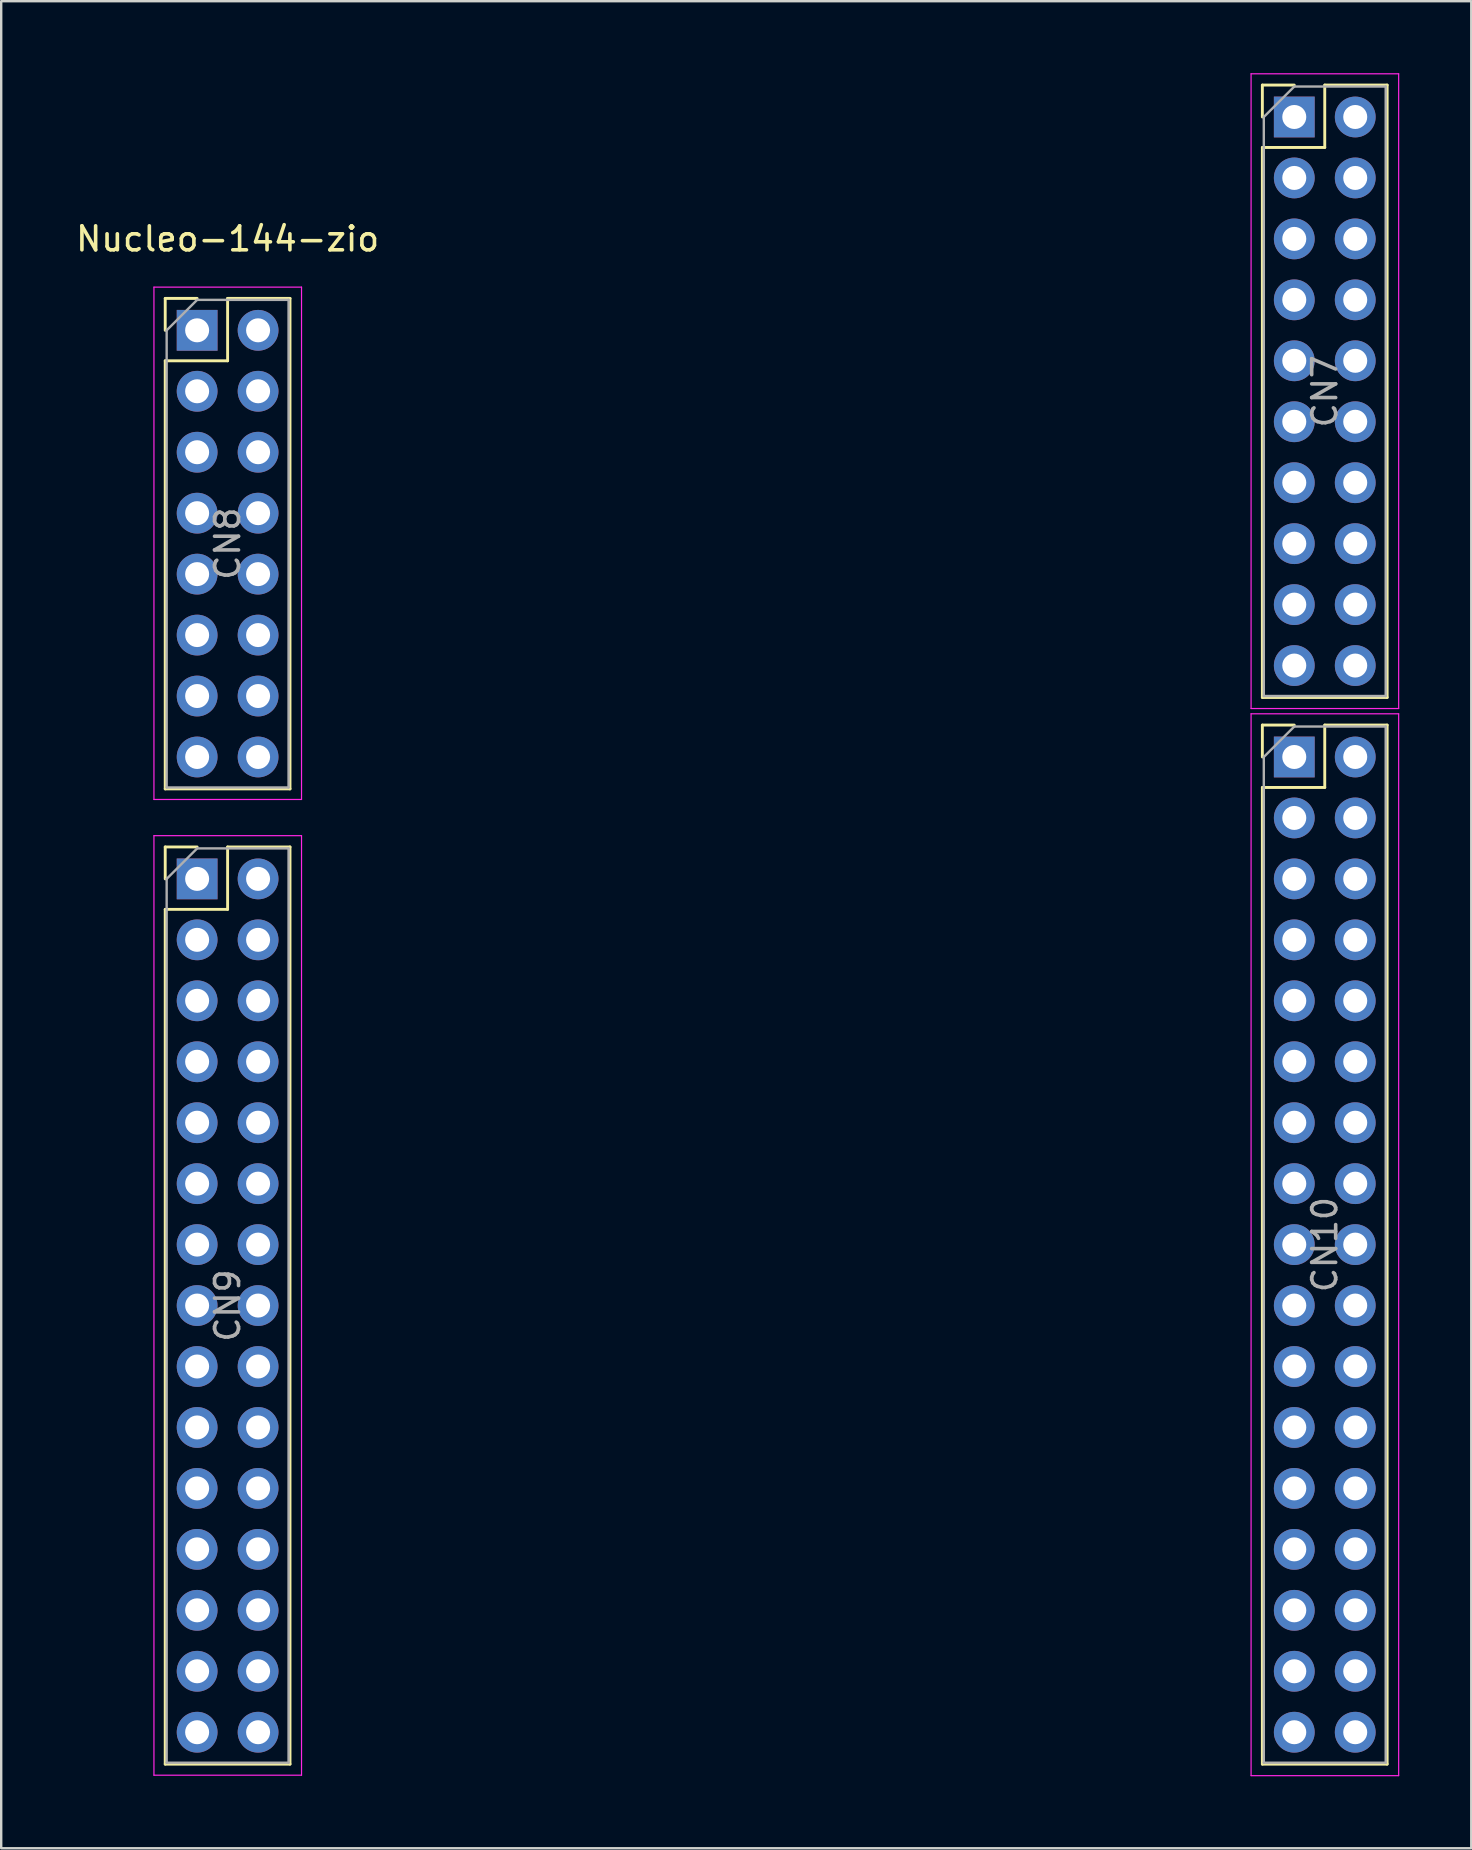
<source format=kicad_pcb>
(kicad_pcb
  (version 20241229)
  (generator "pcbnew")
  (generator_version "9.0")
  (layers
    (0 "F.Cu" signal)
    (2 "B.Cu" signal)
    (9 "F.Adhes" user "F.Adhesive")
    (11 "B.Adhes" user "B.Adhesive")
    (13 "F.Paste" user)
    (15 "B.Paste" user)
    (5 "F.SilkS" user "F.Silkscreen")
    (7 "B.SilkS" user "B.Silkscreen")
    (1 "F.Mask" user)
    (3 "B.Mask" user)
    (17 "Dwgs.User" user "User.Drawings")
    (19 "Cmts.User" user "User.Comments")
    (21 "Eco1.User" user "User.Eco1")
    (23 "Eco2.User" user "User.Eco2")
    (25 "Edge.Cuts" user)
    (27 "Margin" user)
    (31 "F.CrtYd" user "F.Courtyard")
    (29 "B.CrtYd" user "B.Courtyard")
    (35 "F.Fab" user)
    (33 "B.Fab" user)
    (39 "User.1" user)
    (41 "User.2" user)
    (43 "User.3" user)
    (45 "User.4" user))
  (footprint "Nucleo-144-zio"
    (layer "F.Cu")
    (at 29.295 34.845)
    (property "Reference" "Nucleo-144-zio" (at -22.86 -27.94 0) (layer "F.SilkS") (effects (font (size 1 1) (thickness 0.15))))
    (attr through_hole)
    (fp_line (start -25.46 -25.46) (end -24.13 -25.46) (stroke (width 0.12) (type solid)) (layer "F.SilkS"))
    (fp_line (start -25.46 -24.13) (end -25.46 -25.46) (stroke (width 0.12) (type solid)) (layer "F.SilkS"))
    (fp_line (start -25.46 -22.86) (end -25.46 -5.02) (stroke (width 0.12) (type solid)) (layer "F.SilkS"))
    (fp_line (start -25.46 -22.86) (end -22.86 -22.86) (stroke (width 0.12) (type solid)) (layer "F.SilkS"))
    (fp_line (start -25.46 -5.02) (end -20.26 -5.02) (stroke (width 0.12) (type solid)) (layer "F.SilkS"))
    (fp_line (start -25.46 -2.6) (end -24.13 -2.6) (stroke (width 0.12) (type solid)) (layer "F.SilkS"))
    (fp_line (start -25.46 -1.27) (end -25.46 -2.6) (stroke (width 0.12) (type solid)) (layer "F.SilkS"))
    (fp_line (start -25.46 0) (end -25.46 35.62) (stroke (width 0.12) (type solid)) (layer "F.SilkS"))
    (fp_line (start -25.46 0) (end -22.86 0) (stroke (width 0.12) (type solid)) (layer "F.SilkS"))
    (fp_line (start -25.46 35.62) (end -20.26 35.62) (stroke (width 0.12) (type solid)) (layer "F.SilkS"))
    (fp_line (start -22.86 -25.46) (end -20.26 -25.46) (stroke (width 0.12) (type solid)) (layer "F.SilkS"))
    (fp_line (start -22.86 -22.86) (end -22.86 -25.46) (stroke (width 0.12) (type solid)) (layer "F.SilkS"))
    (fp_line (start -22.86 -2.6) (end -20.26 -2.6) (stroke (width 0.12) (type solid)) (layer "F.SilkS"))
    (fp_line (start -22.86 0) (end -22.86 -2.6) (stroke (width 0.12) (type solid)) (layer "F.SilkS"))
    (fp_line (start -20.26 -25.46) (end -20.26 -5.02) (stroke (width 0.12) (type solid)) (layer "F.SilkS"))
    (fp_line (start -20.26 -2.6) (end -20.26 35.62) (stroke (width 0.12) (type solid)) (layer "F.SilkS"))
    (fp_line (start 20.26 -34.35) (end 21.59 -34.35) (stroke (width 0.12) (type solid)) (layer "F.SilkS"))
    (fp_line (start 20.26 -33.02) (end 20.26 -34.35) (stroke (width 0.12) (type solid)) (layer "F.SilkS"))
    (fp_line (start 20.26 -31.75) (end 20.26 -8.83) (stroke (width 0.12) (type solid)) (layer "F.SilkS"))
    (fp_line (start 20.26 -31.75) (end 22.86 -31.75) (stroke (width 0.12) (type solid)) (layer "F.SilkS"))
    (fp_line (start 20.26 -8.83) (end 25.46 -8.83) (stroke (width 0.12) (type solid)) (layer "F.SilkS"))
    (fp_line (start 20.26 -7.68) (end 21.59 -7.68) (stroke (width 0.12) (type solid)) (layer "F.SilkS"))
    (fp_line (start 20.26 -6.35) (end 20.26 -7.68) (stroke (width 0.12) (type solid)) (layer "F.SilkS"))
    (fp_line (start 20.26 -5.08) (end 20.26 35.62) (stroke (width 0.12) (type solid)) (layer "F.SilkS"))
    (fp_line (start 20.26 -5.08) (end 22.86 -5.08) (stroke (width 0.12) (type solid)) (layer "F.SilkS"))
    (fp_line (start 20.26 35.62) (end 25.46 35.62) (stroke (width 0.12) (type solid)) (layer "F.SilkS"))
    (fp_line (start 22.86 -34.35) (end 25.46 -34.35) (stroke (width 0.12) (type solid)) (layer "F.SilkS"))
    (fp_line (start 22.86 -31.75) (end 22.86 -34.35) (stroke (width 0.12) (type solid)) (layer "F.SilkS"))
    (fp_line (start 22.86 -7.68) (end 25.46 -7.68) (stroke (width 0.12) (type solid)) (layer "F.SilkS"))
    (fp_line (start 22.86 -5.08) (end 22.86 -7.68) (stroke (width 0.12) (type solid)) (layer "F.SilkS"))
    (fp_line (start 25.46 -34.35) (end 25.46 -8.83) (stroke (width 0.12) (type solid)) (layer "F.SilkS"))
    (fp_line (start 25.46 -7.68) (end 25.46 35.62) (stroke (width 0.12) (type solid)) (layer "F.SilkS"))
    (fp_line (start -25.93 -25.93) (end -25.93 -4.58) (stroke (width 0.05) (type solid)) (layer "F.CrtYd"))
    (fp_line (start -25.93 -4.58) (end -19.78 -4.58) (stroke (width 0.05) (type solid)) (layer "F.CrtYd"))
    (fp_line (start -25.93 -3.07) (end -25.93 36.08) (stroke (width 0.05) (type solid)) (layer "F.CrtYd"))
    (fp_line (start -25.93 36.08) (end -19.78 36.08) (stroke (width 0.05) (type solid)) (layer "F.CrtYd"))
    (fp_line (start -19.78 -25.93) (end -25.93 -25.93) (stroke (width 0.05) (type solid)) (layer "F.CrtYd"))
    (fp_line (start -19.78 -4.58) (end -19.78 -25.93) (stroke (width 0.05) (type solid)) (layer "F.CrtYd"))
    (fp_line (start -19.78 -3.07) (end -25.93 -3.07) (stroke (width 0.05) (type solid)) (layer "F.CrtYd"))
    (fp_line (start -19.78 36.08) (end -19.78 -3.07) (stroke (width 0.05) (type solid)) (layer "F.CrtYd"))
    (fp_line (start 19.79 -34.82) (end 19.79 -8.37) (stroke (width 0.05) (type solid)) (layer "F.CrtYd"))
    (fp_line (start 19.79 -8.37) (end 25.94 -8.37) (stroke (width 0.05) (type solid)) (layer "F.CrtYd"))
    (fp_line (start 19.79 -8.15) (end 19.79 36.1) (stroke (width 0.05) (type solid)) (layer "F.CrtYd"))
    (fp_line (start 19.79 36.1) (end 25.94 36.1) (stroke (width 0.05) (type solid)) (layer "F.CrtYd"))
    (fp_line (start 25.94 -34.82) (end 19.79 -34.82) (stroke (width 0.05) (type solid)) (layer "F.CrtYd"))
    (fp_line (start 25.94 -8.37) (end 25.94 -34.82) (stroke (width 0.05) (type solid)) (layer "F.CrtYd"))
    (fp_line (start 25.94 -8.15) (end 19.79 -8.15) (stroke (width 0.05) (type solid)) (layer "F.CrtYd"))
    (fp_line (start 25.94 36.1) (end 25.94 -8.15) (stroke (width 0.05) (type solid)) (layer "F.CrtYd"))
    (fp_line (start -25.4 -24.13) (end -24.13 -25.4) (stroke (width 0.1) (type solid)) (layer "F.Fab"))
    (fp_line (start -25.4 -5.08) (end -25.4 -24.13) (stroke (width 0.1) (type solid)) (layer "F.Fab"))
    (fp_line (start -25.4 -1.27) (end -24.13 -2.54) (stroke (width 0.1) (type solid)) (layer "F.Fab"))
    (fp_line (start -25.4 35.56) (end -25.4 -1.27) (stroke (width 0.1) (type solid)) (layer "F.Fab"))
    (fp_line (start -24.13 -25.4) (end -20.32 -25.4) (stroke (width 0.1) (type solid)) (layer "F.Fab"))
    (fp_line (start -24.13 -2.54) (end -20.32 -2.54) (stroke (width 0.1) (type solid)) (layer "F.Fab"))
    (fp_line (start -20.32 -25.4) (end -20.32 -5.08) (stroke (width 0.1) (type solid)) (layer "F.Fab"))
    (fp_line (start -20.32 -5.08) (end -25.4 -5.08) (stroke (width 0.1) (type solid)) (layer "F.Fab"))
    (fp_line (start -20.32 -2.54) (end -20.32 35.56) (stroke (width 0.1) (type solid)) (layer "F.Fab"))
    (fp_line (start -20.32 35.56) (end -25.4 35.56) (stroke (width 0.1) (type solid)) (layer "F.Fab"))
    (fp_line (start 20.32 -33.02) (end 21.59 -34.29) (stroke (width 0.1) (type solid)) (layer "F.Fab"))
    (fp_line (start 20.32 -8.89) (end 20.32 -33.02) (stroke (width 0.1) (type solid)) (layer "F.Fab"))
    (fp_line (start 20.32 -6.35) (end 21.59 -7.62) (stroke (width 0.1) (type solid)) (layer "F.Fab"))
    (fp_line (start 20.32 35.56) (end 20.32 -6.35) (stroke (width 0.1) (type solid)) (layer "F.Fab"))
    (fp_line (start 21.59 -34.29) (end 25.4 -34.29) (stroke (width 0.1) (type solid)) (layer "F.Fab"))
    (fp_line (start 21.59 -7.62) (end 25.4 -7.62) (stroke (width 0.1) (type solid)) (layer "F.Fab"))
    (fp_line (start 25.4 -34.29) (end 25.4 -8.89) (stroke (width 0.1) (type solid)) (layer "F.Fab"))
    (fp_line (start 25.4 -8.89) (end 20.32 -8.89) (stroke (width 0.1) (type solid)) (layer "F.Fab"))
    (fp_line (start 25.4 -7.62) (end 25.4 35.56) (stroke (width 0.1) (type solid)) (layer "F.Fab"))
    (fp_line (start 25.4 35.56) (end 20.32 35.56) (stroke (width 0.1) (type solid)) (layer "F.Fab"))
    (fp_text user "CN9" (at -22.86 16.51 90) (layer "F.Fab") (effects (font (size 1 1) (thickness 0.15))))
    (fp_text user "CN7" (at 22.86 -21.59 90) (layer "F.Fab") (effects (font (size 1 1) (thickness 0.15))))
    (fp_text user "CN8" (at -22.86 -15.24 90) (layer "F.Fab") (effects (font (size 1 1) (thickness 0.15))))
    (fp_text user "CN10" (at 22.86 13.97 90) (layer "F.Fab") (effects (font (size 1 1) (thickness 0.15))))
    (pad "7-1" thru_hole rect (at 21.59 -33.02) (size 1.7 1.7) (drill 1) (layers "*.Cu" "*.Mask"))
    (pad "7-2" thru_hole oval (at 24.13 -33.02) (size 1.7 1.7) (drill 1) (layers "*.Cu" "*.Mask"))
    (pad "7-3" thru_hole oval (at 21.59 -30.48) (size 1.7 1.7) (drill 1) (layers "*.Cu" "*.Mask"))
    (pad "7-4" thru_hole oval (at 24.13 -30.48) (size 1.7 1.7) (drill 1) (layers "*.Cu" "*.Mask"))
    (pad "7-5" thru_hole oval (at 21.59 -27.94) (size 1.7 1.7) (drill 1) (layers "*.Cu" "*.Mask"))
    (pad "7-6" thru_hole oval (at 24.13 -27.94) (size 1.7 1.7) (drill 1) (layers "*.Cu" "*.Mask"))
    (pad "7-7" thru_hole oval (at 21.59 -25.4) (size 1.7 1.7) (drill 1) (layers "*.Cu" "*.Mask"))
    (pad "7-8" thru_hole oval (at 24.13 -25.4) (size 1.7 1.7) (drill 1) (layers "*.Cu" "*.Mask"))
    (pad "7-9" thru_hole oval (at 21.59 -22.86) (size 1.7 1.7) (drill 1) (layers "*.Cu" "*.Mask"))
    (pad "7-10" thru_hole oval (at 24.13 -22.86) (size 1.7 1.7) (drill 1) (layers "*.Cu" "*.Mask"))
    (pad "7-11" thru_hole oval (at 21.59 -20.32) (size 1.7 1.7) (drill 1) (layers "*.Cu" "*.Mask"))
    (pad "7-12" thru_hole oval (at 24.13 -20.32) (size 1.7 1.7) (drill 1) (layers "*.Cu" "*.Mask"))
    (pad "7-13" thru_hole oval (at 21.59 -17.78) (size 1.7 1.7) (drill 1) (layers "*.Cu" "*.Mask"))
    (pad "7-14" thru_hole oval (at 24.13 -17.78) (size 1.7 1.7) (drill 1) (layers "*.Cu" "*.Mask"))
    (pad "7-15" thru_hole oval (at 21.59 -15.24) (size 1.7 1.7) (drill 1) (layers "*.Cu" "*.Mask"))
    (pad "7-16" thru_hole oval (at 24.13 -15.24) (size 1.7 1.7) (drill 1) (layers "*.Cu" "*.Mask"))
    (pad "7-17" thru_hole oval (at 21.59 -12.7) (size 1.7 1.7) (drill 1) (layers "*.Cu" "*.Mask"))
    (pad "7-18" thru_hole oval (at 24.13 -12.7) (size 1.7 1.7) (drill 1) (layers "*.Cu" "*.Mask"))
    (pad "7-19" thru_hole oval (at 21.59 -10.16) (size 1.7 1.7) (drill 1) (layers "*.Cu" "*.Mask"))
    (pad "7-20" thru_hole oval (at 24.13 -10.16) (size 1.7 1.7) (drill 1) (layers "*.Cu" "*.Mask"))
    (pad "8-1" thru_hole rect (at -24.13 -24.13) (size 1.7 1.7) (drill 1) (layers "*.Cu" "*.Mask"))
    (pad "8-2" thru_hole oval (at -21.59 -24.13) (size 1.7 1.7) (drill 1) (layers "*.Cu" "*.Mask"))
    (pad "8-3" thru_hole oval (at -24.13 -21.59) (size 1.7 1.7) (drill 1) (layers "*.Cu" "*.Mask"))
    (pad "8-4" thru_hole oval (at -21.59 -21.59) (size 1.7 1.7) (drill 1) (layers "*.Cu" "*.Mask"))
    (pad "8-5" thru_hole oval (at -24.13 -19.05) (size 1.7 1.7) (drill 1) (layers "*.Cu" "*.Mask"))
    (pad "8-6" thru_hole oval (at -21.59 -19.05) (size 1.7 1.7) (drill 1) (layers "*.Cu" "*.Mask"))
    (pad "8-7" thru_hole oval (at -24.13 -16.51) (size 1.7 1.7) (drill 1) (layers "*.Cu" "*.Mask"))
    (pad "8-8" thru_hole oval (at -21.59 -16.51) (size 1.7 1.7) (drill 1) (layers "*.Cu" "*.Mask"))
    (pad "8-9" thru_hole oval (at -24.13 -13.97) (size 1.7 1.7) (drill 1) (layers "*.Cu" "*.Mask"))
    (pad "8-10" thru_hole oval (at -21.59 -13.97) (size 1.7 1.7) (drill 1) (layers "*.Cu" "*.Mask"))
    (pad "8-11" thru_hole oval (at -24.13 -11.43) (size 1.7 1.7) (drill 1) (layers "*.Cu" "*.Mask"))
    (pad "8-12" thru_hole oval (at -21.59 -11.43) (size 1.7 1.7) (drill 1) (layers "*.Cu" "*.Mask"))
    (pad "8-13" thru_hole oval (at -24.13 -8.89) (size 1.7 1.7) (drill 1) (layers "*.Cu" "*.Mask"))
    (pad "8-14" thru_hole oval (at -21.59 -8.89) (size 1.7 1.7) (drill 1) (layers "*.Cu" "*.Mask"))
    (pad "8-15" thru_hole oval (at -24.13 -6.35) (size 1.7 1.7) (drill 1) (layers "*.Cu" "*.Mask"))
    (pad "8-16" thru_hole oval (at -21.59 -6.35) (size 1.7 1.7) (drill 1) (layers "*.Cu" "*.Mask"))
    (pad "9-1" thru_hole rect (at -24.13 -1.27) (size 1.7 1.7) (drill 1) (layers "*.Cu" "*.Mask"))
    (pad "9-2" thru_hole oval (at -21.59 -1.27) (size 1.7 1.7) (drill 1) (layers "*.Cu" "*.Mask"))
    (pad "9-3" thru_hole oval (at -24.13 1.27) (size 1.7 1.7) (drill 1) (layers "*.Cu" "*.Mask"))
    (pad "9-4" thru_hole oval (at -21.59 1.27) (size 1.7 1.7) (drill 1) (layers "*.Cu" "*.Mask"))
    (pad "9-5" thru_hole oval (at -24.13 3.81) (size 1.7 1.7) (drill 1) (layers "*.Cu" "*.Mask"))
    (pad "9-6" thru_hole oval (at -21.59 3.81) (size 1.7 1.7) (drill 1) (layers "*.Cu" "*.Mask"))
    (pad "9-7" thru_hole oval (at -24.13 6.35) (size 1.7 1.7) (drill 1) (layers "*.Cu" "*.Mask"))
    (pad "9-8" thru_hole oval (at -21.59 6.35) (size 1.7 1.7) (drill 1) (layers "*.Cu" "*.Mask"))
    (pad "9-9" thru_hole oval (at -24.13 8.89) (size 1.7 1.7) (drill 1) (layers "*.Cu" "*.Mask"))
    (pad "9-10" thru_hole oval (at -21.59 8.89) (size 1.7 1.7) (drill 1) (layers "*.Cu" "*.Mask"))
    (pad "9-11" thru_hole oval (at -24.13 11.43) (size 1.7 1.7) (drill 1) (layers "*.Cu" "*.Mask"))
    (pad "9-12" thru_hole oval (at -21.59 11.43) (size 1.7 1.7) (drill 1) (layers "*.Cu" "*.Mask"))
    (pad "9-13" thru_hole oval (at -24.13 13.97) (size 1.7 1.7) (drill 1) (layers "*.Cu" "*.Mask"))
    (pad "9-14" thru_hole oval (at -21.59 13.97) (size 1.7 1.7) (drill 1) (layers "*.Cu" "*.Mask"))
    (pad "9-15" thru_hole oval (at -24.13 16.51) (size 1.7 1.7) (drill 1) (layers "*.Cu" "*.Mask"))
    (pad "9-16" thru_hole oval (at -21.59 16.51) (size 1.7 1.7) (drill 1) (layers "*.Cu" "*.Mask"))
    (pad "9-17" thru_hole oval (at -24.13 19.05) (size 1.7 1.7) (drill 1) (layers "*.Cu" "*.Mask"))
    (pad "9-18" thru_hole oval (at -21.59 19.05) (size 1.7 1.7) (drill 1) (layers "*.Cu" "*.Mask"))
    (pad "9-19" thru_hole oval (at -24.13 21.59) (size 1.7 1.7) (drill 1) (layers "*.Cu" "*.Mask"))
    (pad "9-20" thru_hole oval (at -21.59 21.59) (size 1.7 1.7) (drill 1) (layers "*.Cu" "*.Mask"))
    (pad "9-21" thru_hole oval (at -24.13 24.13) (size 1.7 1.7) (drill 1) (layers "*.Cu" "*.Mask"))
    (pad "9-22" thru_hole oval (at -21.59 24.13) (size 1.7 1.7) (drill 1) (layers "*.Cu" "*.Mask"))
    (pad "9-23" thru_hole oval (at -24.13 26.67) (size 1.7 1.7) (drill 1) (layers "*.Cu" "*.Mask"))
    (pad "9-24" thru_hole oval (at -21.59 26.67) (size 1.7 1.7) (drill 1) (layers "*.Cu" "*.Mask"))
    (pad "9-25" thru_hole oval (at -24.13 29.21) (size 1.7 1.7) (drill 1) (layers "*.Cu" "*.Mask"))
    (pad "9-26" thru_hole oval (at -21.59 29.21) (size 1.7 1.7) (drill 1) (layers "*.Cu" "*.Mask"))
    (pad "9-27" thru_hole oval (at -24.13 31.75) (size 1.7 1.7) (drill 1) (layers "*.Cu" "*.Mask"))
    (pad "9-28" thru_hole oval (at -21.59 31.75) (size 1.7 1.7) (drill 1) (layers "*.Cu" "*.Mask"))
    (pad "9-29" thru_hole oval (at -24.13 34.29) (size 1.7 1.7) (drill 1) (layers "*.Cu" "*.Mask"))
    (pad "9-30" thru_hole oval (at -21.59 34.29) (size 1.7 1.7) (drill 1) (layers "*.Cu" "*.Mask"))
    (pad "10-1" thru_hole rect (at 21.59 -6.35) (size 1.7 1.7) (drill 1) (layers "*.Cu" "*.Mask"))
    (pad "10-2" thru_hole oval (at 24.13 -6.35) (size 1.7 1.7) (drill 1) (layers "*.Cu" "*.Mask"))
    (pad "10-3" thru_hole oval (at 21.59 -3.81) (size 1.7 1.7) (drill 1) (layers "*.Cu" "*.Mask"))
    (pad "10-4" thru_hole oval (at 24.13 -3.81) (size 1.7 1.7) (drill 1) (layers "*.Cu" "*.Mask"))
    (pad "10-5" thru_hole oval (at 21.59 -1.27) (size 1.7 1.7) (drill 1) (layers "*.Cu" "*.Mask"))
    (pad "10-6" thru_hole oval (at 24.13 -1.27) (size 1.7 1.7) (drill 1) (layers "*.Cu" "*.Mask"))
    (pad "10-7" thru_hole oval (at 21.59 1.27) (size 1.7 1.7) (drill 1) (layers "*.Cu" "*.Mask"))
    (pad "10-8" thru_hole oval (at 24.13 1.27) (size 1.7 1.7) (drill 1) (layers "*.Cu" "*.Mask"))
    (pad "10-9" thru_hole oval (at 21.59 3.81) (size 1.7 1.7) (drill 1) (layers "*.Cu" "*.Mask"))
    (pad "10-10" thru_hole oval (at 24.13 3.81) (size 1.7 1.7) (drill 1) (layers "*.Cu" "*.Mask"))
    (pad "10-11" thru_hole oval (at 21.59 6.35) (size 1.7 1.7) (drill 1) (layers "*.Cu" "*.Mask"))
    (pad "10-12" thru_hole oval (at 24.13 6.35) (size 1.7 1.7) (drill 1) (layers "*.Cu" "*.Mask"))
    (pad "10-13" thru_hole oval (at 21.59 8.89) (size 1.7 1.7) (drill 1) (layers "*.Cu" "*.Mask"))
    (pad "10-14" thru_hole oval (at 24.13 8.89) (size 1.7 1.7) (drill 1) (layers "*.Cu" "*.Mask"))
    (pad "10-15" thru_hole oval (at 21.59 11.43) (size 1.7 1.7) (drill 1) (layers "*.Cu" "*.Mask"))
    (pad "10-16" thru_hole oval (at 24.13 11.43) (size 1.7 1.7) (drill 1) (layers "*.Cu" "*.Mask"))
    (pad "10-17" thru_hole oval (at 21.59 13.97) (size 1.7 1.7) (drill 1) (layers "*.Cu" "*.Mask"))
    (pad "10-18" thru_hole oval (at 24.13 13.97) (size 1.7 1.7) (drill 1) (layers "*.Cu" "*.Mask"))
    (pad "10-19" thru_hole oval (at 21.59 16.51) (size 1.7 1.7) (drill 1) (layers "*.Cu" "*.Mask"))
    (pad "10-20" thru_hole oval (at 24.13 16.51) (size 1.7 1.7) (drill 1) (layers "*.Cu" "*.Mask"))
    (pad "10-21" thru_hole oval (at 21.59 19.05) (size 1.7 1.7) (drill 1) (layers "*.Cu" "*.Mask"))
    (pad "10-22" thru_hole oval (at 24.13 19.05) (size 1.7 1.7) (drill 1) (layers "*.Cu" "*.Mask"))
    (pad "10-23" thru_hole oval (at 21.59 21.59) (size 1.7 1.7) (drill 1) (layers "*.Cu" "*.Mask"))
    (pad "10-24" thru_hole oval (at 24.13 21.59) (size 1.7 1.7) (drill 1) (layers "*.Cu" "*.Mask"))
    (pad "10-25" thru_hole oval (at 21.59 24.13) (size 1.7 1.7) (drill 1) (layers "*.Cu" "*.Mask"))
    (pad "10-26" thru_hole oval (at 24.13 24.13) (size 1.7 1.7) (drill 1) (layers "*.Cu" "*.Mask"))
    (pad "10-27" thru_hole oval (at 21.59 26.67) (size 1.7 1.7) (drill 1) (layers "*.Cu" "*.Mask"))
    (pad "10-28" thru_hole oval (at 24.13 26.67) (size 1.7 1.7) (drill 1) (layers "*.Cu" "*.Mask"))
    (pad "10-29" thru_hole oval (at 21.59 29.21) (size 1.7 1.7) (drill 1) (layers "*.Cu" "*.Mask"))
    (pad "10-30" thru_hole oval (at 24.13 29.21) (size 1.7 1.7) (drill 1) (layers "*.Cu" "*.Mask"))
    (pad "10-31" thru_hole oval (at 21.59 31.75) (size 1.7 1.7) (drill 1) (layers "*.Cu" "*.Mask"))
    (pad "10-32" thru_hole oval (at 24.13 31.75) (size 1.7 1.7) (drill 1) (layers "*.Cu" "*.Mask"))
    (pad "10-33" thru_hole oval (at 21.59 34.29) (size 1.7 1.7) (drill 1) (layers "*.Cu" "*.Mask"))
    (pad "10-34" thru_hole oval (at 24.13 34.29) (size 1.7 1.7) (drill 1) (layers "*.Cu" "*.Mask")))
  (gr_rect
    (start -3 -3)
    (end 58.26 73.97)
    (stroke (width 0.1) (type default))
    (fill no)
    (layer "Edge.Cuts")))
</source>
